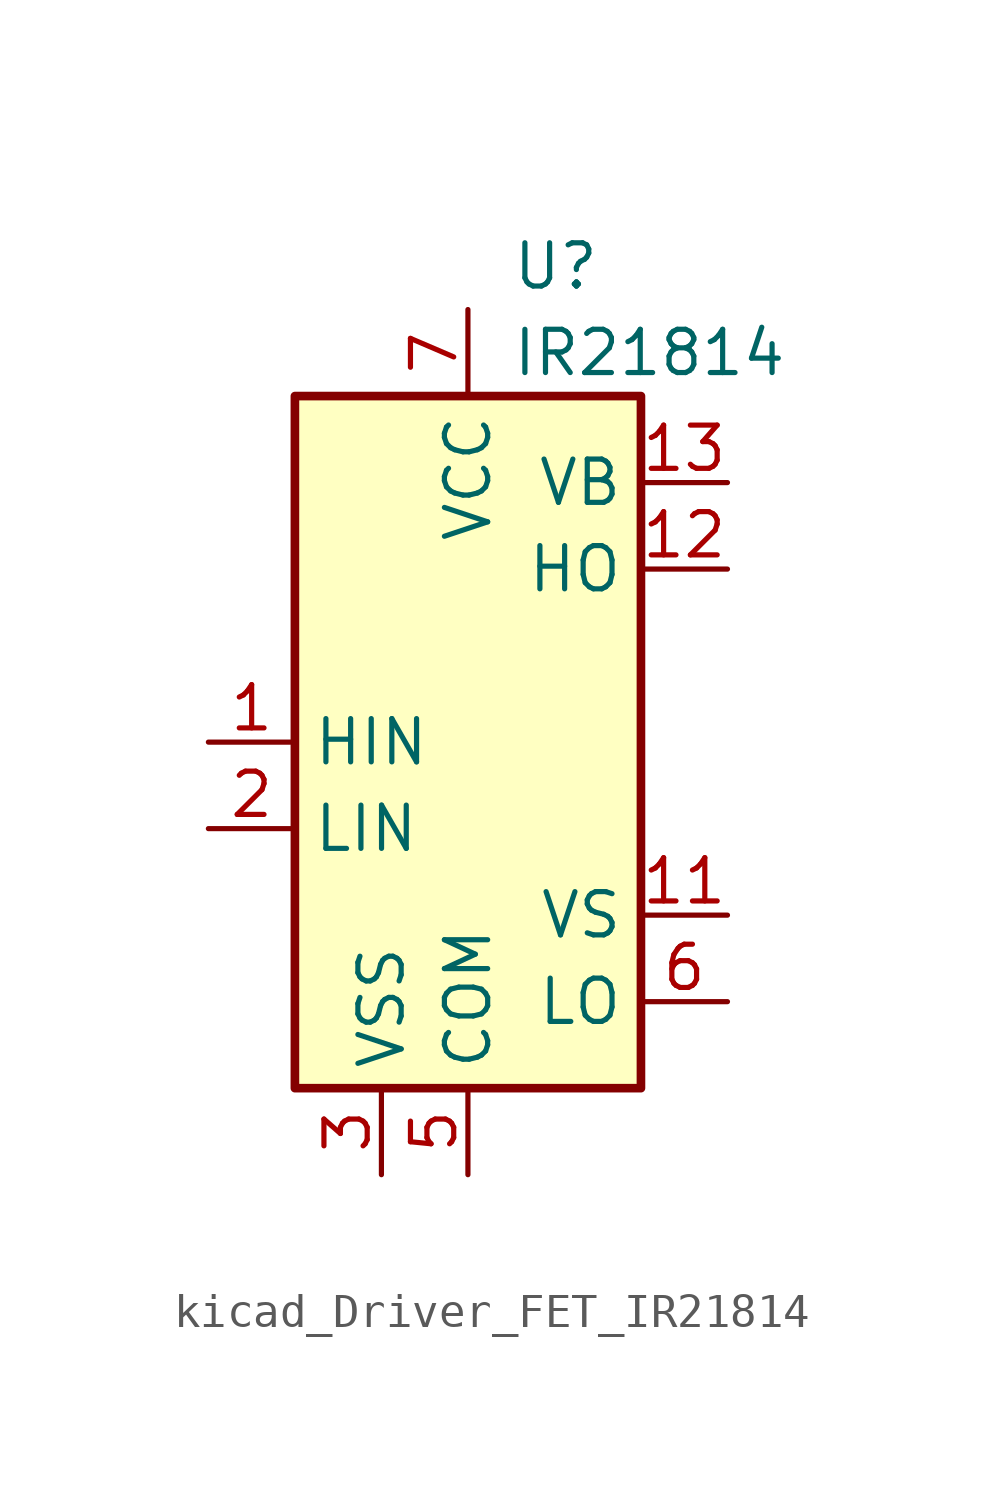
<source format=kicad_sym>
(kicad_symbol_lib
  (version 20220914)
  (generator kicad_symbol_editor)
  (symbol "kicad_Driver_FET_IR21814"
    (property "Reference" "U"
      (at 1.27 13.97 0)
      (effects (font (size 1.27 1.27)) (justify left)))
    (property "Value" "IR21814"
      (at 1.27 11.43 0)
      (effects (font (size 1.27 1.27)) (justify left)))
    (symbol "kicad_Driver_FET_IR21814_0_1"
      (rectangle (start -5.08 -10.16) (end 5.08 10.16) (stroke (width 0.254) (type default)) (fill (type background))))
    (symbol "kicad_Driver_FET_IR21814_1_1"
      (pin input line (at -7.62 0 0) (length 2.54) (name "HIN" (effects (font (size 1.27 1.27)))) (number "1" (effects (font (size 1.27 1.27)))))
      (pin no_connect line (at 5.08 2.54 180) (length 2.54) hide (name "NC" (effects (font (size 1.27 1.27)))) (number "10" (effects (font (size 1.27 1.27)))))
      (pin passive line (at 7.62 -5.08 180) (length 2.54) (name "VS" (effects (font (size 1.27 1.27)))) (number "11" (effects (font (size 1.27 1.27)))))
      (pin output line (at 7.62 5.08 180) (length 2.54) (name "HO" (effects (font (size 1.27 1.27)))) (number "12" (effects (font (size 1.27 1.27)))))
      (pin passive line (at 7.62 7.62 180) (length 2.54) (name "VB" (effects (font (size 1.27 1.27)))) (number "13" (effects (font (size 1.27 1.27)))))
      (pin no_connect line (at 5.08 0 180) (length 2.54) hide (name "NC" (effects (font (size 1.27 1.27)))) (number "14" (effects (font (size 1.27 1.27)))))
      (pin input line (at -7.62 -2.54 0) (length 2.54) (name "LIN" (effects (font (size 1.27 1.27)))) (number "2" (effects (font (size 1.27 1.27)))))
      (pin power_in line (at -2.54 -12.7 90) (length 2.54) (name "VSS" (effects (font (size 1.27 1.27)))) (number "3" (effects (font (size 1.27 1.27)))))
      (pin no_connect line (at -5.08 7.62 0) (length 2.54) hide (name "NC" (effects (font (size 1.27 1.27)))) (number "4" (effects (font (size 1.27 1.27)))))
      (pin power_in line (at 0 -12.7 90) (length 2.54) (name "COM" (effects (font (size 1.27 1.27)))) (number "5" (effects (font (size 1.27 1.27)))))
      (pin output line (at 7.62 -7.62 180) (length 2.54) (name "LO" (effects (font (size 1.27 1.27)))) (number "6" (effects (font (size 1.27 1.27)))))
      (pin power_in line (at 0 12.7 270) (length 2.54) (name "VCC" (effects (font (size 1.27 1.27)))) (number "7" (effects (font (size 1.27 1.27)))))
      (pin no_connect line (at -5.08 5.08 0) (length 2.54) hide (name "NC" (effects (font (size 1.27 1.27)))) (number "8" (effects (font (size 1.27 1.27)))))
      (pin no_connect line (at -5.08 2.54 0) (length 2.54) hide (name "NC" (effects (font (size 1.27 1.27)))) (number "9" (effects (font (size 1.27 1.27))))))))
</source>
